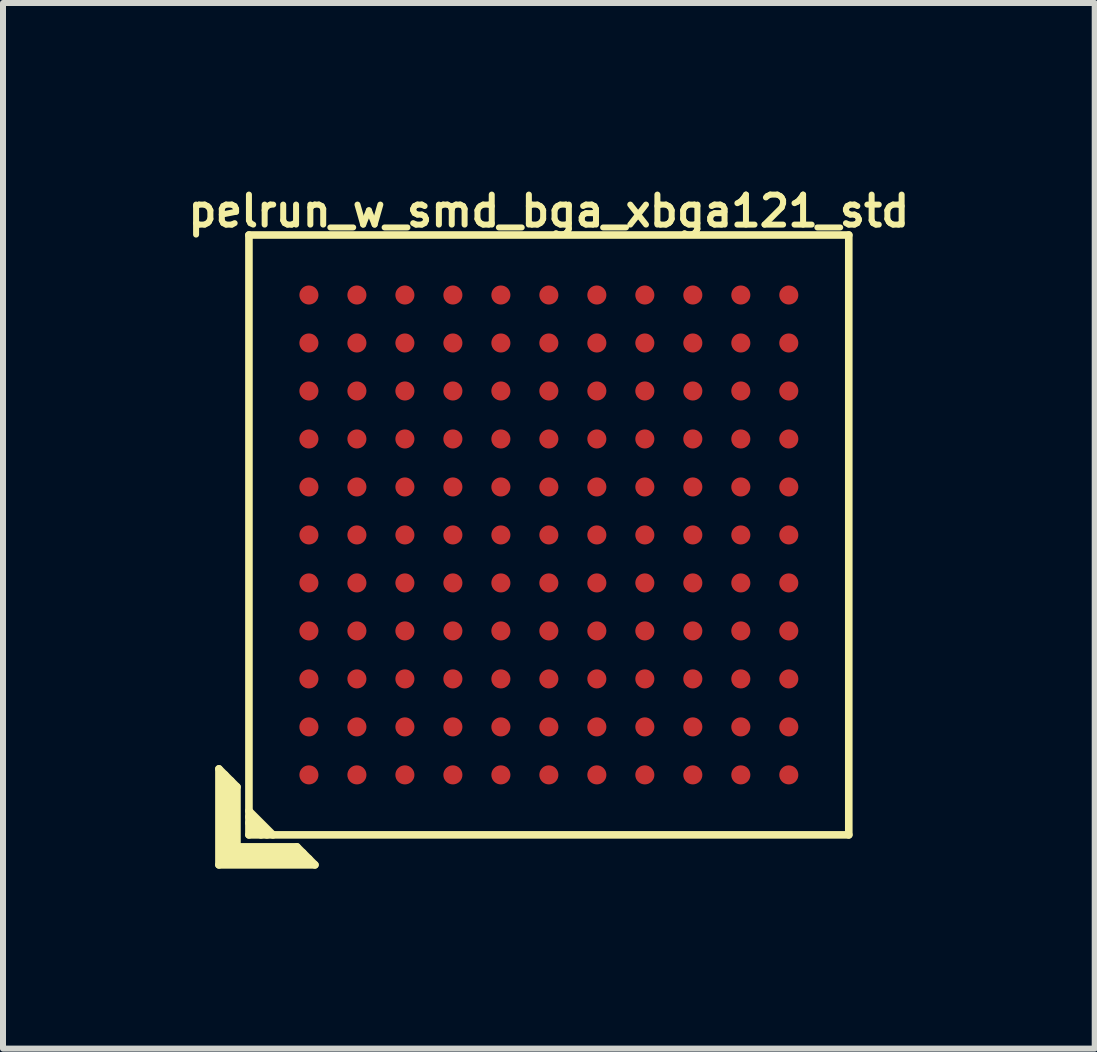
<source format=kicad_pcb>
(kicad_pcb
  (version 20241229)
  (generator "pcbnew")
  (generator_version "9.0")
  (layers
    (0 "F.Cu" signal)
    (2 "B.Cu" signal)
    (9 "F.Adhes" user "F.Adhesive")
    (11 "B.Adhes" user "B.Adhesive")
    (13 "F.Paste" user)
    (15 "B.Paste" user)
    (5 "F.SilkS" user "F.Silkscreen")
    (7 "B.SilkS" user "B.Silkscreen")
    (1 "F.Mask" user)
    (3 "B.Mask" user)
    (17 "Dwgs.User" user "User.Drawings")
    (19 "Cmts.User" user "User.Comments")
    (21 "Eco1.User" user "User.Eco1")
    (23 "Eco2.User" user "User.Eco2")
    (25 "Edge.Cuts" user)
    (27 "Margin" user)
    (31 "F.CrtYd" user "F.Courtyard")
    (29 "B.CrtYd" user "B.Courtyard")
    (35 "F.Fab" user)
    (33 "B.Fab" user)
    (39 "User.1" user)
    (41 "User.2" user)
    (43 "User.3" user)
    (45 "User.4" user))
  (footprint "pelrun_w_smd_bga_xbga121_std"
    (layer "F.Cu")
    (at 6.1 5.868)
    (property "Reference" "pelrun_w_smd_bga_xbga121_std" (at 0 -5.4 0) (layer "F.SilkS") (effects (font (size 0.5 0.5) (thickness 0.1))))
    (attr through_hole)
    (fp_line (start -5.5 3.9) (end -5.2 4.2) (stroke (width 0.127) (type solid)) (layer "F.SilkS"))
    (fp_line (start -5.5 5.5) (end -5.5 3.9) (stroke (width 0.127) (type solid)) (layer "F.SilkS"))
    (fp_line (start -5.4 5.4) (end -5.4 4) (stroke (width 0.127) (type solid)) (layer "F.SilkS"))
    (fp_line (start -5.3 4.1) (end -5.3 5.3) (stroke (width 0.127) (type solid)) (layer "F.SilkS"))
    (fp_line (start -5.3 5.3) (end -4.1 5.3) (stroke (width 0.127) (type solid)) (layer "F.SilkS"))
    (fp_line (start -5.2 4.2) (end -5.2 5.2) (stroke (width 0.127) (type solid)) (layer "F.SilkS"))
    (fp_line (start -5.2 5.2) (end -4.2 5.2) (stroke (width 0.127) (type solid)) (layer "F.SilkS"))
    (fp_line (start -5 -5) (end -5 5) (stroke (width 0.127) (type solid)) (layer "F.SilkS"))
    (fp_line (start -5 4.7) (end -4.7 5) (stroke (width 0.127) (type solid)) (layer "F.SilkS"))
    (fp_line (start -5 5) (end 5 5) (stroke (width 0.127) (type solid)) (layer "F.SilkS"))
    (fp_line (start -4.8 5) (end -5 4.8) (stroke (width 0.127) (type solid)) (layer "F.SilkS"))
    (fp_line (start -4.6 5) (end -5 4.6) (stroke (width 0.127) (type solid)) (layer "F.SilkS"))
    (fp_line (start -4.2 5.2) (end -3.9 5.5) (stroke (width 0.127) (type solid)) (layer "F.SilkS"))
    (fp_line (start -4 5.4) (end -5.4 5.4) (stroke (width 0.127) (type solid)) (layer "F.SilkS"))
    (fp_line (start -3.9 5.5) (end -5.5 5.5) (stroke (width 0.127) (type solid)) (layer "F.SilkS"))
    (fp_line (start 5 -5) (end -5 -5) (stroke (width 0.127) (type solid)) (layer "F.SilkS"))
    (fp_line (start 5 5) (end 5 -5) (stroke (width 0.127) (type solid)) (layer "F.SilkS"))
    (pad "A1" smd circle (at -4 4) (size 0.318 0.318) (layers "F.Cu" "F.Mask" "F.Paste"))
    (pad "A2" smd circle (at -4 3.2) (size 0.318 0.318) (layers "F.Cu" "F.Mask" "F.Paste"))
    (pad "A3" smd circle (at -4 2.4) (size 0.318 0.318) (layers "F.Cu" "F.Mask" "F.Paste"))
    (pad "A4" smd circle (at -4 1.6) (size 0.318 0.318) (layers "F.Cu" "F.Mask" "F.Paste"))
    (pad "A5" smd circle (at -4 0.8) (size 0.318 0.318) (layers "F.Cu" "F.Mask" "F.Paste"))
    (pad "A6" smd circle (at -4 0) (size 0.318 0.318) (layers "F.Cu" "F.Mask" "F.Paste"))
    (pad "A7" smd circle (at -4 -0.8) (size 0.318 0.318) (layers "F.Cu" "F.Mask" "F.Paste"))
    (pad "A8" smd circle (at -4 -1.6) (size 0.318 0.318) (layers "F.Cu" "F.Mask" "F.Paste"))
    (pad "A9" smd circle (at -4 -2.4) (size 0.318 0.318) (layers "F.Cu" "F.Mask" "F.Paste"))
    (pad "A10" smd circle (at -4 -3.2) (size 0.318 0.318) (layers "F.Cu" "F.Mask" "F.Paste"))
    (pad "A11" smd circle (at -4 -4) (size 0.318 0.318) (layers "F.Cu" "F.Mask" "F.Paste"))
    (pad "B1" smd circle (at -3.2 4) (size 0.318 0.318) (layers "F.Cu" "F.Mask" "F.Paste"))
    (pad "B2" smd circle (at -3.2 3.2) (size 0.318 0.318) (layers "F.Cu" "F.Mask" "F.Paste"))
    (pad "B3" smd circle (at -3.2 2.4) (size 0.318 0.318) (layers "F.Cu" "F.Mask" "F.Paste"))
    (pad "B4" smd circle (at -3.2 1.6) (size 0.318 0.318) (layers "F.Cu" "F.Mask" "F.Paste"))
    (pad "B5" smd circle (at -3.2 0.8) (size 0.318 0.318) (layers "F.Cu" "F.Mask" "F.Paste"))
    (pad "B6" smd circle (at -3.2 0) (size 0.318 0.318) (layers "F.Cu" "F.Mask" "F.Paste"))
    (pad "B7" smd circle (at -3.2 -0.8) (size 0.318 0.318) (layers "F.Cu" "F.Mask" "F.Paste"))
    (pad "B8" smd circle (at -3.2 -1.6) (size 0.318 0.318) (layers "F.Cu" "F.Mask" "F.Paste"))
    (pad "B9" smd circle (at -3.2 -2.4) (size 0.318 0.318) (layers "F.Cu" "F.Mask" "F.Paste"))
    (pad "B10" smd circle (at -3.2 -3.2) (size 0.318 0.318) (layers "F.Cu" "F.Mask" "F.Paste"))
    (pad "B11" smd circle (at -3.2 -4) (size 0.318 0.318) (layers "F.Cu" "F.Mask" "F.Paste"))
    (pad "C1" smd circle (at -2.4 4) (size 0.318 0.318) (layers "F.Cu" "F.Mask" "F.Paste"))
    (pad "C2" smd circle (at -2.4 3.2) (size 0.318 0.318) (layers "F.Cu" "F.Mask" "F.Paste"))
    (pad "C3" smd circle (at -2.4 2.4) (size 0.318 0.318) (layers "F.Cu" "F.Mask" "F.Paste"))
    (pad "C4" smd circle (at -2.4 1.6) (size 0.318 0.318) (layers "F.Cu" "F.Mask" "F.Paste"))
    (pad "C5" smd circle (at -2.4 0.8) (size 0.318 0.318) (layers "F.Cu" "F.Mask" "F.Paste"))
    (pad "C6" smd circle (at -2.4 0) (size 0.318 0.318) (layers "F.Cu" "F.Mask" "F.Paste"))
    (pad "C7" smd circle (at -2.4 -0.8) (size 0.318 0.318) (layers "F.Cu" "F.Mask" "F.Paste"))
    (pad "C8" smd circle (at -2.4 -1.6) (size 0.318 0.318) (layers "F.Cu" "F.Mask" "F.Paste"))
    (pad "C9" smd circle (at -2.4 -2.4) (size 0.318 0.318) (layers "F.Cu" "F.Mask" "F.Paste"))
    (pad "C10" smd circle (at -2.4 -3.2) (size 0.318 0.318) (layers "F.Cu" "F.Mask" "F.Paste"))
    (pad "C11" smd circle (at -2.4 -4) (size 0.318 0.318) (layers "F.Cu" "F.Mask" "F.Paste"))
    (pad "D1" smd circle (at -1.6 4) (size 0.318 0.318) (layers "F.Cu" "F.Mask" "F.Paste"))
    (pad "D2" smd circle (at -1.6 3.2) (size 0.318 0.318) (layers "F.Cu" "F.Mask" "F.Paste"))
    (pad "D3" smd circle (at -1.6 2.4) (size 0.318 0.318) (layers "F.Cu" "F.Mask" "F.Paste"))
    (pad "D4" smd circle (at -1.6 1.6) (size 0.318 0.318) (layers "F.Cu" "F.Mask" "F.Paste"))
    (pad "D5" smd circle (at -1.6 0.8) (size 0.318 0.318) (layers "F.Cu" "F.Mask" "F.Paste"))
    (pad "D6" smd circle (at -1.6 0) (size 0.318 0.318) (layers "F.Cu" "F.Mask" "F.Paste"))
    (pad "D7" smd circle (at -1.6 -0.8) (size 0.318 0.318) (layers "F.Cu" "F.Mask" "F.Paste"))
    (pad "D8" smd circle (at -1.6 -1.6) (size 0.318 0.318) (layers "F.Cu" "F.Mask" "F.Paste"))
    (pad "D9" smd circle (at -1.6 -2.4) (size 0.318 0.318) (layers "F.Cu" "F.Mask" "F.Paste"))
    (pad "D10" smd circle (at -1.6 -3.2) (size 0.318 0.318) (layers "F.Cu" "F.Mask" "F.Paste"))
    (pad "D11" smd circle (at -1.6 -4) (size 0.318 0.318) (layers "F.Cu" "F.Mask" "F.Paste"))
    (pad "E1" smd circle (at -0.8 4) (size 0.318 0.318) (layers "F.Cu" "F.Mask" "F.Paste"))
    (pad "E2" smd circle (at -0.8 3.2) (size 0.318 0.318) (layers "F.Cu" "F.Mask" "F.Paste"))
    (pad "E3" smd circle (at -0.8 2.4) (size 0.318 0.318) (layers "F.Cu" "F.Mask" "F.Paste"))
    (pad "E4" smd circle (at -0.8 1.6) (size 0.318 0.318) (layers "F.Cu" "F.Mask" "F.Paste"))
    (pad "E5" smd circle (at -0.8 0.8) (size 0.318 0.318) (layers "F.Cu" "F.Mask" "F.Paste"))
    (pad "E6" smd circle (at -0.8 0) (size 0.318 0.318) (layers "F.Cu" "F.Mask" "F.Paste"))
    (pad "E7" smd circle (at -0.8 -0.8) (size 0.318 0.318) (layers "F.Cu" "F.Mask" "F.Paste"))
    (pad "E8" smd circle (at -0.8 -1.6) (size 0.318 0.318) (layers "F.Cu" "F.Mask" "F.Paste"))
    (pad "E9" smd circle (at -0.8 -2.4) (size 0.318 0.318) (layers "F.Cu" "F.Mask" "F.Paste"))
    (pad "E10" smd circle (at -0.8 -3.2) (size 0.318 0.318) (layers "F.Cu" "F.Mask" "F.Paste"))
    (pad "E11" smd circle (at -0.8 -4) (size 0.318 0.318) (layers "F.Cu" "F.Mask" "F.Paste"))
    (pad "F1" smd circle (at 0 4) (size 0.318 0.318) (layers "F.Cu" "F.Mask" "F.Paste"))
    (pad "F2" smd circle (at 0 3.2) (size 0.318 0.318) (layers "F.Cu" "F.Mask" "F.Paste"))
    (pad "F3" smd circle (at 0 2.4) (size 0.318 0.318) (layers "F.Cu" "F.Mask" "F.Paste"))
    (pad "F4" smd circle (at 0 1.6) (size 0.318 0.318) (layers "F.Cu" "F.Mask" "F.Paste"))
    (pad "F5" smd circle (at 0 0.8) (size 0.318 0.318) (layers "F.Cu" "F.Mask" "F.Paste"))
    (pad "F6" smd circle (at 0 0) (size 0.318 0.318) (layers "F.Cu" "F.Mask" "F.Paste"))
    (pad "F7" smd circle (at 0 -0.8) (size 0.318 0.318) (layers "F.Cu" "F.Mask" "F.Paste"))
    (pad "F8" smd circle (at 0 -1.6) (size 0.318 0.318) (layers "F.Cu" "F.Mask" "F.Paste"))
    (pad "F9" smd circle (at 0 -2.4) (size 0.318 0.318) (layers "F.Cu" "F.Mask" "F.Paste"))
    (pad "F10" smd circle (at 0 -3.2) (size 0.318 0.318) (layers "F.Cu" "F.Mask" "F.Paste"))
    (pad "F11" smd circle (at 0 -4) (size 0.318 0.318) (layers "F.Cu" "F.Mask" "F.Paste"))
    (pad "G1" smd circle (at 0.8 4) (size 0.318 0.318) (layers "F.Cu" "F.Mask" "F.Paste"))
    (pad "G2" smd circle (at 0.8 3.2) (size 0.318 0.318) (layers "F.Cu" "F.Mask" "F.Paste"))
    (pad "G3" smd circle (at 0.8 2.4) (size 0.318 0.318) (layers "F.Cu" "F.Mask" "F.Paste"))
    (pad "G4" smd circle (at 0.8 1.6) (size 0.318 0.318) (layers "F.Cu" "F.Mask" "F.Paste"))
    (pad "G5" smd circle (at 0.8 0.8) (size 0.318 0.318) (layers "F.Cu" "F.Mask" "F.Paste"))
    (pad "G6" smd circle (at 0.8 0) (size 0.318 0.318) (layers "F.Cu" "F.Mask" "F.Paste"))
    (pad "G7" smd circle (at 0.8 -0.8) (size 0.318 0.318) (layers "F.Cu" "F.Mask" "F.Paste"))
    (pad "G8" smd circle (at 0.8 -1.6) (size 0.318 0.318) (layers "F.Cu" "F.Mask" "F.Paste"))
    (pad "G9" smd circle (at 0.8 -2.4) (size 0.318 0.318) (layers "F.Cu" "F.Mask" "F.Paste"))
    (pad "G10" smd circle (at 0.8 -3.2) (size 0.318 0.318) (layers "F.Cu" "F.Mask" "F.Paste"))
    (pad "G11" smd circle (at 0.8 -4) (size 0.318 0.318) (layers "F.Cu" "F.Mask" "F.Paste"))
    (pad "H1" smd circle (at 1.6 4) (size 0.318 0.318) (layers "F.Cu" "F.Mask" "F.Paste"))
    (pad "H2" smd circle (at 1.6 3.2) (size 0.318 0.318) (layers "F.Cu" "F.Mask" "F.Paste"))
    (pad "H3" smd circle (at 1.6 2.4) (size 0.318 0.318) (layers "F.Cu" "F.Mask" "F.Paste"))
    (pad "H4" smd circle (at 1.6 1.6) (size 0.318 0.318) (layers "F.Cu" "F.Mask" "F.Paste"))
    (pad "H5" smd circle (at 1.6 0.8) (size 0.318 0.318) (layers "F.Cu" "F.Mask" "F.Paste"))
    (pad "H6" smd circle (at 1.6 0) (size 0.318 0.318) (layers "F.Cu" "F.Mask" "F.Paste"))
    (pad "H7" smd circle (at 1.6 -0.8) (size 0.318 0.318) (layers "F.Cu" "F.Mask" "F.Paste"))
    (pad "H8" smd circle (at 1.6 -1.6) (size 0.318 0.318) (layers "F.Cu" "F.Mask" "F.Paste"))
    (pad "H9" smd circle (at 1.6 -2.4) (size 0.318 0.318) (layers "F.Cu" "F.Mask" "F.Paste"))
    (pad "H10" smd circle (at 1.6 -3.2) (size 0.318 0.318) (layers "F.Cu" "F.Mask" "F.Paste"))
    (pad "H11" smd circle (at 1.6 -4) (size 0.318 0.318) (layers "F.Cu" "F.Mask" "F.Paste"))
    (pad "J1" smd circle (at 2.4 4) (size 0.318 0.318) (layers "F.Cu" "F.Mask" "F.Paste"))
    (pad "J2" smd circle (at 2.4 3.2) (size 0.318 0.318) (layers "F.Cu" "F.Mask" "F.Paste"))
    (pad "J3" smd circle (at 2.4 2.4) (size 0.318 0.318) (layers "F.Cu" "F.Mask" "F.Paste"))
    (pad "J4" smd circle (at 2.4 1.6) (size 0.318 0.318) (layers "F.Cu" "F.Mask" "F.Paste"))
    (pad "J5" smd circle (at 2.4 0.8) (size 0.318 0.318) (layers "F.Cu" "F.Mask" "F.Paste"))
    (pad "J6" smd circle (at 2.4 0) (size 0.318 0.318) (layers "F.Cu" "F.Mask" "F.Paste"))
    (pad "J7" smd circle (at 2.4 -0.8) (size 0.318 0.318) (layers "F.Cu" "F.Mask" "F.Paste"))
    (pad "J8" smd circle (at 2.4 -1.6) (size 0.318 0.318) (layers "F.Cu" "F.Mask" "F.Paste"))
    (pad "J9" smd circle (at 2.4 -2.4) (size 0.318 0.318) (layers "F.Cu" "F.Mask" "F.Paste"))
    (pad "J10" smd circle (at 2.4 -3.2) (size 0.318 0.318) (layers "F.Cu" "F.Mask" "F.Paste"))
    (pad "J11" smd circle (at 2.4 -4) (size 0.318 0.318) (layers "F.Cu" "F.Mask" "F.Paste"))
    (pad "K1" smd circle (at 3.2 4) (size 0.318 0.318) (layers "F.Cu" "F.Mask" "F.Paste"))
    (pad "K2" smd circle (at 3.2 3.2) (size 0.318 0.318) (layers "F.Cu" "F.Mask" "F.Paste"))
    (pad "K3" smd circle (at 3.2 2.4) (size 0.318 0.318) (layers "F.Cu" "F.Mask" "F.Paste"))
    (pad "K4" smd circle (at 3.2 1.6) (size 0.318 0.318) (layers "F.Cu" "F.Mask" "F.Paste"))
    (pad "K5" smd circle (at 3.2 0.8) (size 0.318 0.318) (layers "F.Cu" "F.Mask" "F.Paste"))
    (pad "K6" smd circle (at 3.2 0) (size 0.318 0.318) (layers "F.Cu" "F.Mask" "F.Paste"))
    (pad "K7" smd circle (at 3.2 -0.8) (size 0.318 0.318) (layers "F.Cu" "F.Mask" "F.Paste"))
    (pad "K8" smd circle (at 3.2 -1.6) (size 0.318 0.318) (layers "F.Cu" "F.Mask" "F.Paste"))
    (pad "K9" smd circle (at 3.2 -2.4) (size 0.318 0.318) (layers "F.Cu" "F.Mask" "F.Paste"))
    (pad "K10" smd circle (at 3.2 -3.2) (size 0.318 0.318) (layers "F.Cu" "F.Mask" "F.Paste"))
    (pad "K11" smd circle (at 3.2 -4) (size 0.318 0.318) (layers "F.Cu" "F.Mask" "F.Paste"))
    (pad "L1" smd circle (at 4 4) (size 0.318 0.318) (layers "F.Cu" "F.Mask" "F.Paste"))
    (pad "L2" smd circle (at 4 3.2) (size 0.318 0.318) (layers "F.Cu" "F.Mask" "F.Paste"))
    (pad "L3" smd circle (at 4 2.4) (size 0.318 0.318) (layers "F.Cu" "F.Mask" "F.Paste"))
    (pad "L4" smd circle (at 4 1.6) (size 0.318 0.318) (layers "F.Cu" "F.Mask" "F.Paste"))
    (pad "L5" smd circle (at 4 0.8) (size 0.318 0.318) (layers "F.Cu" "F.Mask" "F.Paste"))
    (pad "L6" smd circle (at 4 0) (size 0.318 0.318) (layers "F.Cu" "F.Mask" "F.Paste"))
    (pad "L7" smd circle (at 4 -0.8) (size 0.318 0.318) (layers "F.Cu" "F.Mask" "F.Paste"))
    (pad "L8" smd circle (at 4 -1.6) (size 0.318 0.318) (layers "F.Cu" "F.Mask" "F.Paste"))
    (pad "L9" smd circle (at 4 -2.4) (size 0.318 0.318) (layers "F.Cu" "F.Mask" "F.Paste"))
    (pad "L10" smd circle (at 4 -3.2) (size 0.318 0.318) (layers "F.Cu" "F.Mask" "F.Paste"))
    (pad "L11" smd circle (at 4 -4) (size 0.318 0.318) (layers "F.Cu" "F.Mask" "F.Paste")))
  (gr_rect
    (start -3 -3)
    (end 15.2 14.431)
    (stroke (width 0.1) (type default))
    (fill no)
    (layer "Edge.Cuts")))
</source>
